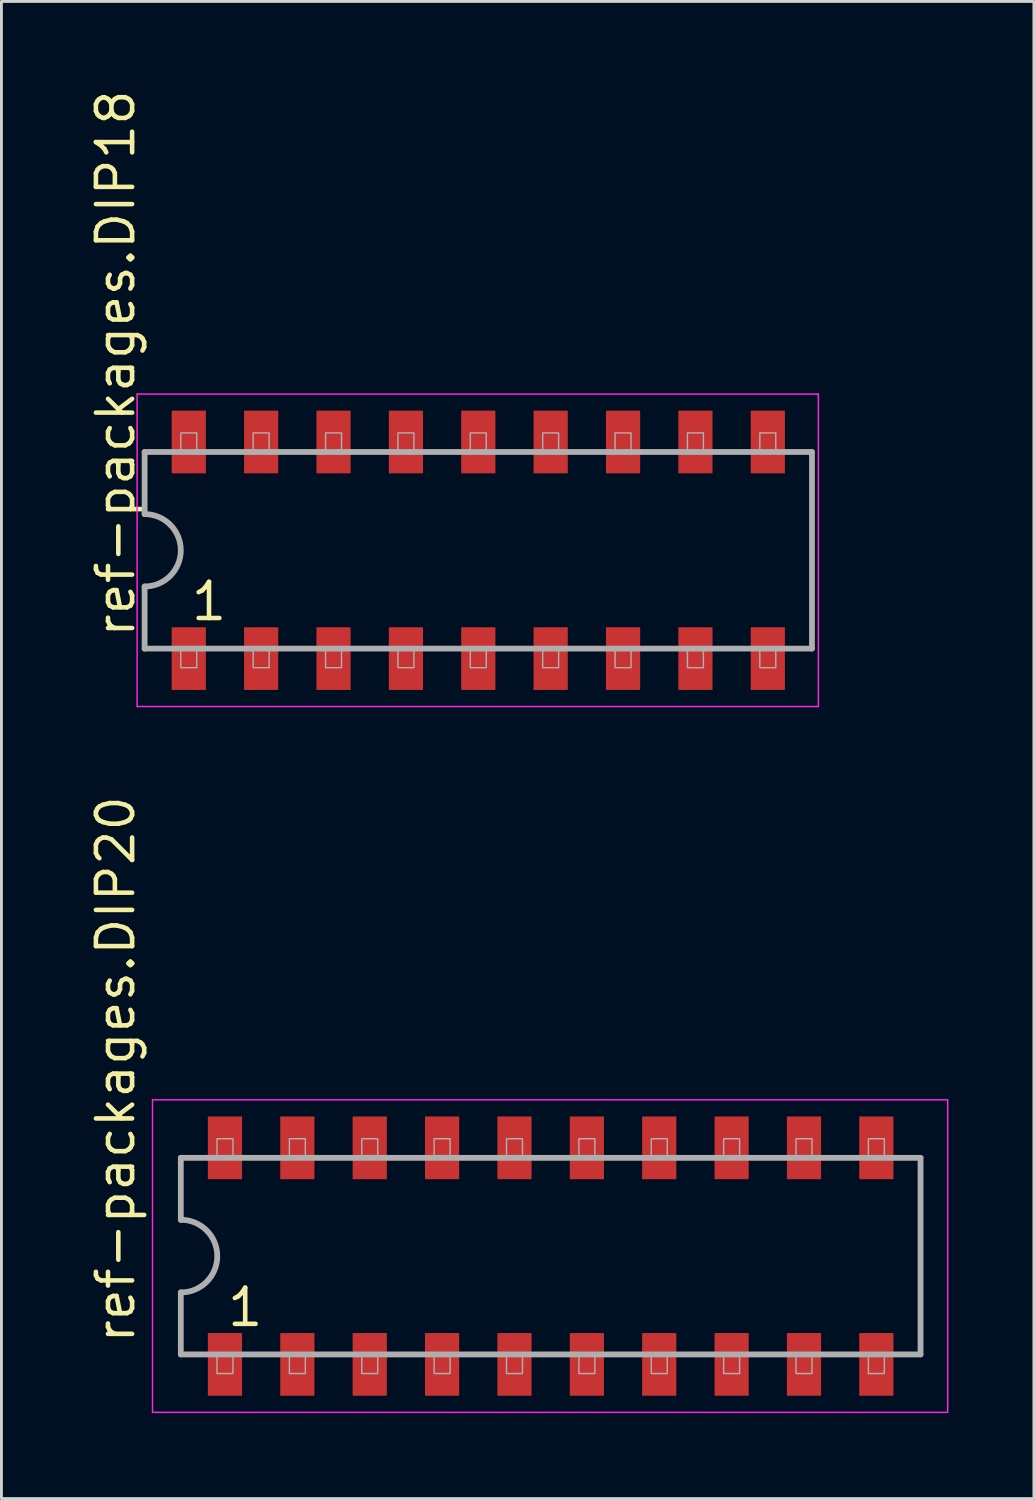
<source format=kicad_pcb>
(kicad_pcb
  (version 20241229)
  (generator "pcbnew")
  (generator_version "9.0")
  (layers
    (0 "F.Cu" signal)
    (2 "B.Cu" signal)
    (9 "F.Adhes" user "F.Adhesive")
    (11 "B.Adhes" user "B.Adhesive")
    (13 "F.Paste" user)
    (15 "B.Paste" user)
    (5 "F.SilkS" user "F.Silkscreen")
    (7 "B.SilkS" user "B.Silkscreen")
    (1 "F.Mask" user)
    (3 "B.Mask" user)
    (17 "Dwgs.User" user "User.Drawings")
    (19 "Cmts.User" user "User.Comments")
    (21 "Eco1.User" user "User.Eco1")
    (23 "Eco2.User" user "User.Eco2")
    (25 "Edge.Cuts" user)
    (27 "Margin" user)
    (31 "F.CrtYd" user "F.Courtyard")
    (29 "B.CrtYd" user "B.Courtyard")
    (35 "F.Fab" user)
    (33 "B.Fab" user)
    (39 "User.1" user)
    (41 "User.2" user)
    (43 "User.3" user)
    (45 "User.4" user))
  (footprint "ref-packages.DIP20"
    (layer "F.Cu")
    (at 16.275 41.032)
    (property "Reference" "ref-packages.DIP20" (at -14.525 3.135 90) (layer "F.SilkS") (effects (font (size 1.27 1.27) (thickness 0.16)) (justify left bottom)))
    (attr smd)
    (fp_line (start -13.973 -5.483) (end 13.933 -5.483) (stroke (width 0.051) (type default)) (layer "F.CrtYd"))
    (fp_line (start -13.973 5.483) (end -13.973 -5.483) (stroke (width 0.051) (type default)) (layer "F.CrtYd"))
    (fp_line (start 13.933 -5.483) (end 13.933 5.483) (stroke (width 0.051) (type default)) (layer "F.CrtYd"))
    (fp_line (start 13.933 5.483) (end -13.973 5.483) (stroke (width 0.051) (type default)) (layer "F.CrtYd"))
    (fp_line (start -12.98 -3.45) (end -12.98 -1.27) (stroke (width 0.203) (type default)) (layer "F.Fab"))
    (fp_line (start -12.98 1.27) (end -12.98 3.45) (stroke (width 0.203) (type default)) (layer "F.Fab"))
    (fp_line (start -12.98 3.45) (end 12.98 3.45) (stroke (width 0.203) (type default)) (layer "F.Fab"))
    (fp_line (start 12.98 -3.45) (end -12.98 -3.45) (stroke (width 0.203) (type default)) (layer "F.Fab"))
    (fp_line (start 12.98 3.45) (end 12.98 -3.45) (stroke (width 0.203) (type default)) (layer "F.Fab"))
    (fp_rect (start -11.71 -3.45) (end -11.15 -4.12) (stroke (width 0.05) (type default)) (fill no) (layer "F.Fab"))
    (fp_rect (start -11.71 4.12) (end -11.15 3.45) (stroke (width 0.05) (type default)) (fill no) (layer "F.Fab"))
    (fp_rect (start -9.17 -3.45) (end -8.61 -4.12) (stroke (width 0.05) (type default)) (fill no) (layer "F.Fab"))
    (fp_rect (start -9.17 4.12) (end -8.61 3.45) (stroke (width 0.05) (type default)) (fill no) (layer "F.Fab"))
    (fp_rect (start -6.63 -3.45) (end -6.07 -4.12) (stroke (width 0.05) (type default)) (fill no) (layer "F.Fab"))
    (fp_rect (start -6.63 4.12) (end -6.07 3.45) (stroke (width 0.05) (type default)) (fill no) (layer "F.Fab"))
    (fp_rect (start -4.09 -3.45) (end -3.53 -4.12) (stroke (width 0.05) (type default)) (fill no) (layer "F.Fab"))
    (fp_rect (start -4.09 4.12) (end -3.53 3.45) (stroke (width 0.05) (type default)) (fill no) (layer "F.Fab"))
    (fp_rect (start -1.55 -3.45) (end -0.99 -4.12) (stroke (width 0.05) (type default)) (fill no) (layer "F.Fab"))
    (fp_rect (start -1.55 4.12) (end -0.99 3.45) (stroke (width 0.05) (type default)) (fill no) (layer "F.Fab"))
    (fp_rect (start 0.99 -3.45) (end 1.55 -4.12) (stroke (width 0.05) (type default)) (fill no) (layer "F.Fab"))
    (fp_rect (start 0.99 4.12) (end 1.55 3.45) (stroke (width 0.05) (type default)) (fill no) (layer "F.Fab"))
    (fp_rect (start 3.53 -3.45) (end 4.09 -4.12) (stroke (width 0.05) (type default)) (fill no) (layer "F.Fab"))
    (fp_rect (start 3.53 4.12) (end 4.09 3.45) (stroke (width 0.05) (type default)) (fill no) (layer "F.Fab"))
    (fp_rect (start 6.07 -3.45) (end 6.63 -4.12) (stroke (width 0.05) (type default)) (fill no) (layer "F.Fab"))
    (fp_rect (start 6.07 4.12) (end 6.63 3.45) (stroke (width 0.05) (type default)) (fill no) (layer "F.Fab"))
    (fp_rect (start 8.61 -3.45) (end 9.17 -4.12) (stroke (width 0.05) (type default)) (fill no) (layer "F.Fab"))
    (fp_rect (start 8.61 4.12) (end 9.17 3.45) (stroke (width 0.05) (type default)) (fill no) (layer "F.Fab"))
    (fp_rect (start 11.15 -3.45) (end 11.71 -4.12) (stroke (width 0.05) (type default)) (fill no) (layer "F.Fab"))
    (fp_rect (start 11.15 4.12) (end 11.71 3.45) (stroke (width 0.05) (type default)) (fill no) (layer "F.Fab"))
    (fp_arc (start -12.975 -1.275) (mid -11.7 0) (end -12.975 1.275) (stroke (width 0.2032) (type default)) (layer "F.Fab"))
    (fp_text user "1" (at -11.43 2.54 0) (layer "F.SilkS") (effects (font (size 1.27 1.27) (thickness 0.16)) (justify left bottom)))
    (pad "1" smd roundrect (at -11.43 3.8) (size 1.2 2.2) (layers "F.Cu" "F.Mask" "F.Paste") (roundrect_rratio 0.01))
    (pad "2" smd roundrect (at -8.89 3.8) (size 1.2 2.2) (layers "F.Cu" "F.Mask" "F.Paste") (roundrect_rratio 0.01))
    (pad "3" smd roundrect (at -6.35 3.8) (size 1.2 2.2) (layers "F.Cu" "F.Mask" "F.Paste") (roundrect_rratio 0.01))
    (pad "4" smd roundrect (at -3.81 3.8) (size 1.2 2.2) (layers "F.Cu" "F.Mask" "F.Paste") (roundrect_rratio 0.01))
    (pad "5" smd roundrect (at -1.27 3.8) (size 1.2 2.2) (layers "F.Cu" "F.Mask" "F.Paste") (roundrect_rratio 0.01))
    (pad "6" smd roundrect (at 1.27 3.8) (size 1.2 2.2) (layers "F.Cu" "F.Mask" "F.Paste") (roundrect_rratio 0.01))
    (pad "7" smd roundrect (at 3.81 3.8) (size 1.2 2.2) (layers "F.Cu" "F.Mask" "F.Paste") (roundrect_rratio 0.01))
    (pad "8" smd roundrect (at 6.35 3.8) (size 1.2 2.2) (layers "F.Cu" "F.Mask" "F.Paste") (roundrect_rratio 0.01))
    (pad "9" smd roundrect (at 8.89 3.8) (size 1.2 2.2) (layers "F.Cu" "F.Mask" "F.Paste") (roundrect_rratio 0.01))
    (pad "10" smd roundrect (at 11.43 3.8) (size 1.2 2.2) (layers "F.Cu" "F.Mask" "F.Paste") (roundrect_rratio 0.01))
    (pad "11" smd roundrect (at 11.43 -3.8) (size 1.2 2.2) (layers "F.Cu" "F.Mask" "F.Paste") (roundrect_rratio 0.01))
    (pad "12" smd roundrect (at 8.89 -3.8) (size 1.2 2.2) (layers "F.Cu" "F.Mask" "F.Paste") (roundrect_rratio 0.01))
    (pad "13" smd roundrect (at 6.35 -3.8) (size 1.2 2.2) (layers "F.Cu" "F.Mask" "F.Paste") (roundrect_rratio 0.01))
    (pad "14" smd roundrect (at 3.81 -3.8) (size 1.2 2.2) (layers "F.Cu" "F.Mask" "F.Paste") (roundrect_rratio 0.01))
    (pad "15" smd roundrect (at 1.27 -3.8) (size 1.2 2.2) (layers "F.Cu" "F.Mask" "F.Paste") (roundrect_rratio 0.01))
    (pad "16" smd roundrect (at -1.27 -3.8) (size 1.2 2.2) (layers "F.Cu" "F.Mask" "F.Paste") (roundrect_rratio 0.01))
    (pad "17" smd roundrect (at -3.81 -3.8) (size 1.2 2.2) (layers "F.Cu" "F.Mask" "F.Paste") (roundrect_rratio 0.01))
    (pad "18" smd roundrect (at -6.35 -3.8) (size 1.2 2.2) (layers "F.Cu" "F.Mask" "F.Paste") (roundrect_rratio 0.01))
    (pad "19" smd roundrect (at -8.89 -3.8) (size 1.2 2.2) (layers "F.Cu" "F.Mask" "F.Paste") (roundrect_rratio 0.01))
    (pad "20" smd roundrect (at -11.43 -3.8) (size 1.2 2.2) (layers "F.Cu" "F.Mask" "F.Paste") (roundrect_rratio 0.01)))
  (footprint "ref-packages.DIP18"
    (layer "F.Cu")
    (at 13.735 16.262)
    (property "Reference" "ref-packages.DIP18" (at -11.985 3.135 90) (layer "F.SilkS") (effects (font (size 1.27 1.27) (thickness 0.16)) (justify left bottom)))
    (attr smd)
    (fp_line (start -11.973 -5.483) (end 11.933 -5.483) (stroke (width 0.051) (type default)) (layer "F.CrtYd"))
    (fp_line (start -11.973 5.483) (end -11.973 -5.483) (stroke (width 0.051) (type default)) (layer "F.CrtYd"))
    (fp_line (start 11.933 -5.483) (end 11.933 5.483) (stroke (width 0.051) (type default)) (layer "F.CrtYd"))
    (fp_line (start 11.933 5.483) (end -11.973 5.483) (stroke (width 0.051) (type default)) (layer "F.CrtYd"))
    (fp_line (start -11.71 -3.45) (end -11.71 -1.27) (stroke (width 0.203) (type default)) (layer "F.Fab"))
    (fp_line (start -11.71 1.27) (end -11.71 3.45) (stroke (width 0.203) (type default)) (layer "F.Fab"))
    (fp_line (start -11.71 3.45) (end 11.71 3.45) (stroke (width 0.203) (type default)) (layer "F.Fab"))
    (fp_line (start 11.71 -3.45) (end -11.71 -3.45) (stroke (width 0.203) (type default)) (layer "F.Fab"))
    (fp_line (start 11.71 3.45) (end 11.71 -3.45) (stroke (width 0.203) (type default)) (layer "F.Fab"))
    (fp_rect (start -10.44 -3.45) (end -9.88 -4.12) (stroke (width 0.05) (type default)) (fill no) (layer "F.Fab"))
    (fp_rect (start -10.44 4.12) (end -9.88 3.45) (stroke (width 0.05) (type default)) (fill no) (layer "F.Fab"))
    (fp_rect (start -7.9 -3.45) (end -7.34 -4.12) (stroke (width 0.05) (type default)) (fill no) (layer "F.Fab"))
    (fp_rect (start -7.9 4.12) (end -7.34 3.45) (stroke (width 0.05) (type default)) (fill no) (layer "F.Fab"))
    (fp_rect (start -5.36 -3.45) (end -4.8 -4.12) (stroke (width 0.05) (type default)) (fill no) (layer "F.Fab"))
    (fp_rect (start -5.36 4.12) (end -4.8 3.45) (stroke (width 0.05) (type default)) (fill no) (layer "F.Fab"))
    (fp_rect (start -2.82 -3.45) (end -2.26 -4.12) (stroke (width 0.05) (type default)) (fill no) (layer "F.Fab"))
    (fp_rect (start -2.82 4.12) (end -2.26 3.45) (stroke (width 0.05) (type default)) (fill no) (layer "F.Fab"))
    (fp_rect (start -0.28 -3.45) (end 0.28 -4.12) (stroke (width 0.05) (type default)) (fill no) (layer "F.Fab"))
    (fp_rect (start -0.28 4.12) (end 0.28 3.45) (stroke (width 0.05) (type default)) (fill no) (layer "F.Fab"))
    (fp_rect (start 2.26 -3.45) (end 2.82 -4.12) (stroke (width 0.05) (type default)) (fill no) (layer "F.Fab"))
    (fp_rect (start 2.26 4.12) (end 2.82 3.45) (stroke (width 0.05) (type default)) (fill no) (layer "F.Fab"))
    (fp_rect (start 4.8 -3.45) (end 5.36 -4.12) (stroke (width 0.05) (type default)) (fill no) (layer "F.Fab"))
    (fp_rect (start 4.8 4.12) (end 5.36 3.45) (stroke (width 0.05) (type default)) (fill no) (layer "F.Fab"))
    (fp_rect (start 7.34 -3.45) (end 7.9 -4.12) (stroke (width 0.05) (type default)) (fill no) (layer "F.Fab"))
    (fp_rect (start 7.34 4.12) (end 7.9 3.45) (stroke (width 0.05) (type default)) (fill no) (layer "F.Fab"))
    (fp_rect (start 9.88 -3.45) (end 10.44 -4.12) (stroke (width 0.05) (type default)) (fill no) (layer "F.Fab"))
    (fp_rect (start 9.88 4.12) (end 10.44 3.45) (stroke (width 0.05) (type default)) (fill no) (layer "F.Fab"))
    (fp_arc (start -11.71 -1.27) (mid -10.44 0) (end -11.71 1.27) (stroke (width 0.2032) (type default)) (layer "F.Fab"))
    (fp_text user "1" (at -10.16 2.54 0) (layer "F.SilkS") (effects (font (size 1.27 1.27) (thickness 0.16)) (justify left bottom)))
    (pad "1" smd roundrect (at -10.16 3.8) (size 1.2 2.2) (layers "F.Cu" "F.Mask" "F.Paste") (roundrect_rratio 0.01))
    (pad "2" smd roundrect (at -7.62 3.8) (size 1.2 2.2) (layers "F.Cu" "F.Mask" "F.Paste") (roundrect_rratio 0.01))
    (pad "3" smd roundrect (at -5.08 3.8) (size 1.2 2.2) (layers "F.Cu" "F.Mask" "F.Paste") (roundrect_rratio 0.01))
    (pad "4" smd roundrect (at -2.54 3.8) (size 1.2 2.2) (layers "F.Cu" "F.Mask" "F.Paste") (roundrect_rratio 0.01))
    (pad "5" smd roundrect (at 0 3.8) (size 1.2 2.2) (layers "F.Cu" "F.Mask" "F.Paste") (roundrect_rratio 0.01))
    (pad "6" smd roundrect (at 2.54 3.8) (size 1.2 2.2) (layers "F.Cu" "F.Mask" "F.Paste") (roundrect_rratio 0.01))
    (pad "7" smd roundrect (at 5.08 3.8) (size 1.2 2.2) (layers "F.Cu" "F.Mask" "F.Paste") (roundrect_rratio 0.01))
    (pad "8" smd roundrect (at 7.62 3.8) (size 1.2 2.2) (layers "F.Cu" "F.Mask" "F.Paste") (roundrect_rratio 0.01))
    (pad "9" smd roundrect (at 10.16 3.8) (size 1.2 2.2) (layers "F.Cu" "F.Mask" "F.Paste") (roundrect_rratio 0.01))
    (pad "10" smd roundrect (at 10.16 -3.8) (size 1.2 2.2) (layers "F.Cu" "F.Mask" "F.Paste") (roundrect_rratio 0.01))
    (pad "11" smd roundrect (at 7.62 -3.8) (size 1.2 2.2) (layers "F.Cu" "F.Mask" "F.Paste") (roundrect_rratio 0.01))
    (pad "12" smd roundrect (at 5.08 -3.8) (size 1.2 2.2) (layers "F.Cu" "F.Mask" "F.Paste") (roundrect_rratio 0.01))
    (pad "13" smd roundrect (at 2.54 -3.8) (size 1.2 2.2) (layers "F.Cu" "F.Mask" "F.Paste") (roundrect_rratio 0.01))
    (pad "14" smd roundrect (at 0 -3.8) (size 1.2 2.2) (layers "F.Cu" "F.Mask" "F.Paste") (roundrect_rratio 0.01))
    (pad "15" smd roundrect (at -2.54 -3.8) (size 1.2 2.2) (layers "F.Cu" "F.Mask" "F.Paste") (roundrect_rratio 0.01))
    (pad "16" smd roundrect (at -5.08 -3.8) (size 1.2 2.2) (layers "F.Cu" "F.Mask" "F.Paste") (roundrect_rratio 0.01))
    (pad "17" smd roundrect (at -7.62 -3.8) (size 1.2 2.2) (layers "F.Cu" "F.Mask" "F.Paste") (roundrect_rratio 0.01))
    (pad "18" smd roundrect (at -10.16 -3.8) (size 1.2 2.2) (layers "F.Cu" "F.Mask" "F.Paste") (roundrect_rratio 0.01)))
  (gr_rect
    (start -3 -3)
    (end 33.233 49.541)
    (stroke (width 0.1) (type default))
    (fill no)
    (layer "Edge.Cuts")))
</source>
